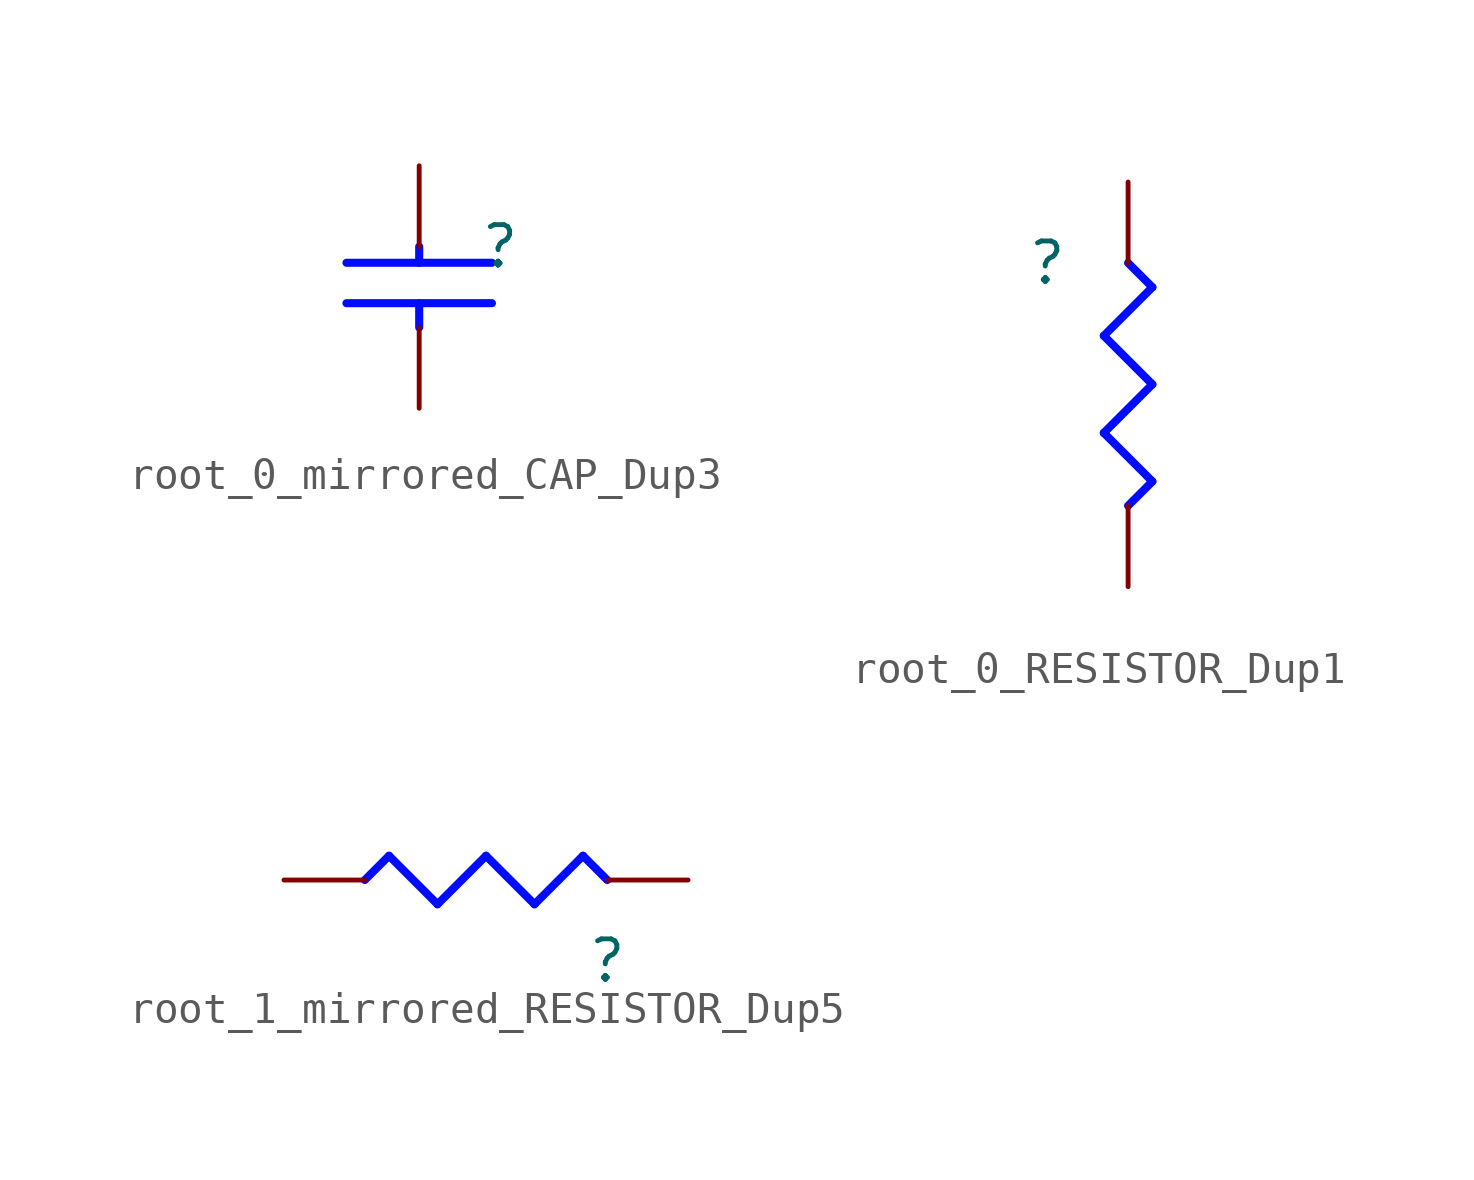
<source format=kicad_sym>
(kicad_symbol_lib
  (version 20231120)
  (generator "kicad_symbol_editor")
  (generator_version "8.0")
  (symbol "root_0_mirrored_CAP_Dup3"
    (property "Reference" ""
      (at 0 0 0)
      (effects (font (size 1.27 1.27))))
    (property "Value" ""
      (at 0 0 0)
      (effects (font (size 1.27 1.27))))
    (symbol "root_0_mirrored_CAP_Dup3_1_0"
      (polyline (pts (xy -2.54 -2.54) (xy -2.54 -1.778)) (stroke (width 0.254) (type solid) (color 0 11 255 1)) (fill (type none)))
      (polyline (pts (xy -2.54 0) (xy -2.54 -0.508)) (stroke (width 0.254) (type solid) (color 0 11 255 1)) (fill (type none)))
      (polyline (pts (xy -0.254 -1.778) (xy -4.826 -1.778)) (stroke (width 0.254) (type solid) (color 0 11 255 1)) (fill (type none)))
      (polyline (pts (xy -0.254 -0.508) (xy -4.826 -0.508)) (stroke (width 0.254) (type solid) (color 0 11 255 1)) (fill (type none)))
      (pin passive line (at -2.54 2.54 270) (length 2.54) (name "1" (effects (font (size 0 0)))) (number "1" (effects (font (size 0 0)))))
      (pin passive line (at -2.54 -5.08 90) (length 2.54) (name "2" (effects (font (size 0 0)))) (number "2" (effects (font (size 0 0)))))))
  (symbol "root_0_RESISTOR_Dup1"
    (property "Reference" ""
      (at 0 0 0)
      (effects (font (size 1.27 1.27))))
    (property "Value" ""
      (at 0 0 0)
      (effects (font (size 1.27 1.27))))
    (symbol "root_0_RESISTOR_Dup1_1_0"
      (polyline (pts (xy 1.778 -5.334) (xy 3.302 -6.858)) (stroke (width 0.254) (type solid) (color 0 11 255 1)) (fill (type none)))
      (polyline (pts (xy 1.778 -2.286) (xy 3.302 -3.81)) (stroke (width 0.254) (type solid) (color 0 11 255 1)) (fill (type none)))
      (polyline (pts (xy 2.54 0) (xy 3.302 -0.762)) (stroke (width 0.254) (type solid) (color 0 11 255 1)) (fill (type none)))
      (polyline (pts (xy 3.302 -6.858) (xy 2.54 -7.62)) (stroke (width 0.254) (type solid) (color 0 11 255 1)) (fill (type none)))
      (polyline (pts (xy 3.302 -3.81) (xy 1.778 -5.334)) (stroke (width 0.254) (type solid) (color 0 11 255 1)) (fill (type none)))
      (polyline (pts (xy 3.302 -0.762) (xy 1.778 -2.286)) (stroke (width 0.254) (type solid) (color 0 11 255 1)) (fill (type none)))
      (pin passive line (at 2.54 2.54 270) (length 2.54) (name "1" (effects (font (size 0 0)))) (number "1" (effects (font (size 0 0)))))
      (pin passive line (at 2.54 -10.16 90) (length 2.54) (name "2" (effects (font (size 0 0)))) (number "2" (effects (font (size 0 0)))))))
  (symbol "root_1_mirrored_RESISTOR_Dup5"
    (property "Reference" ""
      (at 0 0 0)
      (effects (font (size 1.27 1.27))))
    (property "Value" ""
      (at 0 0 0)
      (effects (font (size 1.27 1.27))))
    (symbol "root_1_mirrored_RESISTOR_Dup5_1_0"
      (polyline (pts (xy -6.858 3.302) (xy -7.62 2.54)) (stroke (width 0.254) (type solid) (color 0 11 255 1)) (fill (type none)))
      (polyline (pts (xy -5.334 1.778) (xy -6.858 3.302)) (stroke (width 0.254) (type solid) (color 0 11 255 1)) (fill (type none)))
      (polyline (pts (xy -3.81 3.302) (xy -5.334 1.778)) (stroke (width 0.254) (type solid) (color 0 11 255 1)) (fill (type none)))
      (polyline (pts (xy -2.286 1.778) (xy -3.81 3.302)) (stroke (width 0.254) (type solid) (color 0 11 255 1)) (fill (type none)))
      (polyline (pts (xy -0.762 3.302) (xy -2.286 1.778)) (stroke (width 0.254) (type solid) (color 0 11 255 1)) (fill (type none)))
      (polyline (pts (xy 0 2.54) (xy -0.762 3.302)) (stroke (width 0.254) (type solid) (color 0 11 255 1)) (fill (type none)))
      (pin passive line (at 2.54 2.54 180) (length 2.54) (name "1" (effects (font (size 0 0)))) (number "1" (effects (font (size 0 0)))))
      (pin passive line (at -10.16 2.54 0) (length 2.54) (name "2" (effects (font (size 0 0)))) (number "2" (effects (font (size 0 0))))))))
</source>
